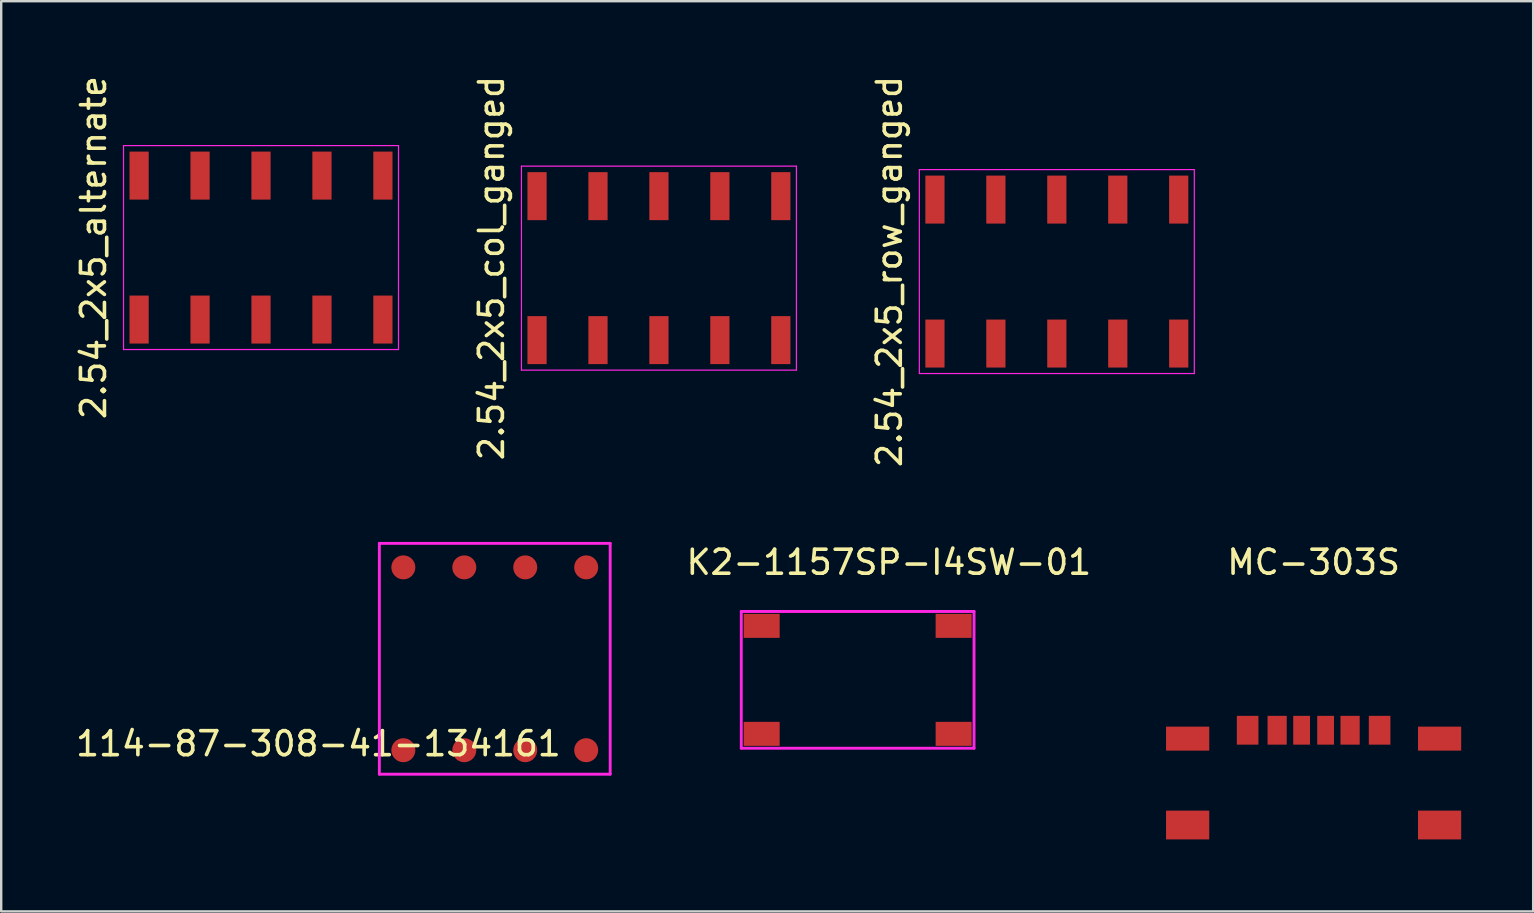
<source format=kicad_pcb>
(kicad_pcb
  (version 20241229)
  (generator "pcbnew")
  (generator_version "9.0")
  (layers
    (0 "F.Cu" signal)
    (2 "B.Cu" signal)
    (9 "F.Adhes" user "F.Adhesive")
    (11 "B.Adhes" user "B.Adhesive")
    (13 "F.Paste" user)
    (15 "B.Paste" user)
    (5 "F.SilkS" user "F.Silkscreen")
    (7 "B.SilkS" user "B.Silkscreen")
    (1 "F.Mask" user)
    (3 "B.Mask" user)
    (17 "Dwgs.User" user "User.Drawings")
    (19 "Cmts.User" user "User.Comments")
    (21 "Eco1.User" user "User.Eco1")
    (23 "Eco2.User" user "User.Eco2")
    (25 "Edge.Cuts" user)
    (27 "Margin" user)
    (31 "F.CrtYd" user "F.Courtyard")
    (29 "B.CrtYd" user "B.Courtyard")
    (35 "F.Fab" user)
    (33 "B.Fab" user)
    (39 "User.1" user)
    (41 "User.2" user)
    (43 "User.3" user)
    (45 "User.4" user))
  (footprint "K2-1157SP-I4SW-01"
    (layer "F.Cu")
    (at 32.694 25.284)
    (property "Reference" "K2-1157SP-I4SW-01" (at 1.3 -4.9 0) (layer "F.SilkS") (effects (font (size 1 1) (thickness 0.15))))
    (attr through_hole)
    (fp_line (start -4.85 -2.85) (end 4.85 -2.85) (stroke (width 0.12) (type solid)) (layer "F.CrtYd"))
    (fp_line (start -4.85 2.85) (end -4.85 -2.85) (stroke (width 0.12) (type solid)) (layer "F.CrtYd"))
    (fp_line (start 4.85 -2.85) (end 4.85 2.85) (stroke (width 0.12) (type solid)) (layer "F.CrtYd"))
    (fp_line (start 4.85 2.85) (end -4.85 2.85) (stroke (width 0.12) (type solid)) (layer "F.CrtYd"))
    (pad "1" smd rect (at 4 -2.25) (size 1.5 1) (layers "F.Cu" "F.Mask" "F.Paste"))
    (pad "1" smd rect (at 4 2.25) (size 1.5 1) (layers "F.Cu" "F.Mask" "F.Paste"))
    (pad "2" smd rect (at -4 -2.25) (size 1.5 1) (layers "F.Cu" "F.Mask" "F.Paste"))
    (pad "2" smd rect (at -4 2.25) (size 1.5 1) (layers "F.Cu" "F.Mask" "F.Paste")))
  (footprint "2.54_2x5_alternate"
    (layer "F.Cu")
    (at 7.828 7.268)
    (property "Reference" "2.54_2x5_alternate" (at -6.98 0 90) (layer "F.SilkS") (effects (font (size 1 1) (thickness 0.15))))
    (attr smd)
    (fp_line (start -5.73 -4.25) (end 5.73 -4.25) (stroke (width 0.05) (type solid)) (layer "F.CrtYd"))
    (fp_line (start -5.73 4.25) (end -5.73 -4.25) (stroke (width 0.05) (type solid)) (layer "F.CrtYd"))
    (fp_line (start 5.73 -4.25) (end 5.73 4.25) (stroke (width 0.05) (type solid)) (layer "F.CrtYd"))
    (fp_line (start 5.73 4.25) (end -5.73 4.25) (stroke (width 0.05) (type solid)) (layer "F.CrtYd"))
    (pad "1" smd rect (at -5.08 3) (size 0.8 2) (layers "F.Cu" "F.Mask" "F.Paste"))
    (pad "2" smd rect (at -5.08 -3) (size 0.8 2) (layers "F.Cu" "F.Mask" "F.Paste"))
    (pad "3" smd rect (at -2.54 3) (size 0.8 2) (layers "F.Cu" "F.Mask" "F.Paste"))
    (pad "4" smd rect (at -2.54 -3) (size 0.8 2) (layers "F.Cu" "F.Mask" "F.Paste"))
    (pad "5" smd rect (at 0 3) (size 0.8 2) (layers "F.Cu" "F.Mask" "F.Paste"))
    (pad "6" smd rect (at 0 -3) (size 0.8 2) (layers "F.Cu" "F.Mask" "F.Paste"))
    (pad "7" smd rect (at 2.54 3) (size 0.8 2) (layers "F.Cu" "F.Mask" "F.Paste"))
    (pad "8" smd rect (at 2.54 -3) (size 0.8 2) (layers "F.Cu" "F.Mask" "F.Paste"))
    (pad "9" smd rect (at 5.08 3) (size 0.8 2) (layers "F.Cu" "F.Mask" "F.Paste"))
    (pad "10" smd rect (at 5.08 -3) (size 0.8 2) (layers "F.Cu" "F.Mask" "F.Paste")))
  (footprint "2.54_2x5_row_ganged"
    (layer "F.Cu")
    (at 40.995 8.268)
    (property "Reference" "2.54_2x5_row_ganged" (at -6.98 0 90) (layer "F.SilkS") (effects (font (size 1 1) (thickness 0.15))))
    (attr smd)
    (fp_line (start -5.73 -4.25) (end 5.73 -4.25) (stroke (width 0.05) (type solid)) (layer "F.CrtYd"))
    (fp_line (start -5.73 4.25) (end -5.73 -4.25) (stroke (width 0.05) (type solid)) (layer "F.CrtYd"))
    (fp_line (start 5.73 -4.25) (end 5.73 4.25) (stroke (width 0.05) (type solid)) (layer "F.CrtYd"))
    (fp_line (start 5.73 4.25) (end -5.73 4.25) (stroke (width 0.05) (type solid)) (layer "F.CrtYd"))
    (pad "1" smd rect (at -5.08 3) (size 0.8 2) (layers "F.Cu" "F.Mask" "F.Paste"))
    (pad "1" smd rect (at -2.54 3) (size 0.8 2) (layers "F.Cu" "F.Mask" "F.Paste"))
    (pad "1" smd rect (at 0 3) (size 0.8 2) (layers "F.Cu" "F.Mask" "F.Paste"))
    (pad "1" smd rect (at 2.54 3) (size 0.8 2) (layers "F.Cu" "F.Mask" "F.Paste"))
    (pad "1" smd rect (at 5.08 3) (size 0.8 2) (layers "F.Cu" "F.Mask" "F.Paste"))
    (pad "2" smd rect (at -5.08 -3) (size 0.8 2) (layers "F.Cu" "F.Mask" "F.Paste"))
    (pad "2" smd rect (at -2.54 -3) (size 0.8 2) (layers "F.Cu" "F.Mask" "F.Paste"))
    (pad "2" smd rect (at 0 -3) (size 0.8 2) (layers "F.Cu" "F.Mask" "F.Paste"))
    (pad "2" smd rect (at 2.54 -3) (size 0.8 2) (layers "F.Cu" "F.Mask" "F.Paste"))
    (pad "2" smd rect (at 5.08 -3) (size 0.8 2) (layers "F.Cu" "F.Mask" "F.Paste")))
  (footprint "114-87-308-41-134161"
    (layer "F.Cu")
    (at 13.76 28.216)
    (property "Reference" "114-87-308-41-134161" (at -3.54 -0.27 0) (layer "F.SilkS") (effects (font (size 1 1) (thickness 0.15))))
    (attr through_hole)
    (fp_line (start -1 -8.62) (end 8.62 -8.62) (stroke (width 0.12) (type solid)) (layer "F.CrtYd"))
    (fp_line (start -1 1) (end -1 -8.62) (stroke (width 0.12) (type solid)) (layer "F.CrtYd"))
    (fp_line (start 8.62 -8.62) (end 8.62 1) (stroke (width 0.12) (type solid)) (layer "F.CrtYd"))
    (fp_line (start 8.62 1) (end -1 1) (stroke (width 0.12) (type solid)) (layer "F.CrtYd"))
    (pad "1" smd circle (at 0 0) (size 1 1) (layers "F.Cu" "F.Mask" "F.Paste"))
    (pad "2" smd circle (at 2.54 0) (size 1 1) (layers "F.Cu" "F.Mask" "F.Paste"))
    (pad "3" smd circle (at 5.08 0) (size 1 1) (layers "F.Cu" "F.Mask" "F.Paste"))
    (pad "4" smd circle (at 7.62 0) (size 1 1) (layers "F.Cu" "F.Mask" "F.Paste"))
    (pad "5" smd circle (at 7.62 -7.62) (size 1 1) (layers "F.Cu" "F.Mask" "F.Paste"))
    (pad "6" smd circle (at 5.08 -7.62) (size 1 1) (layers "F.Cu" "F.Mask" "F.Paste"))
    (pad "7" smd circle (at 2.54 -7.62) (size 1 1) (layers "F.Cu" "F.Mask" "F.Paste"))
    (pad "8" smd circle (at 0 -7.62) (size 1 1) (layers "F.Cu" "F.Mask" "F.Paste")))
  (footprint "2.54_2x5_col_ganged"
    (layer "F.Cu")
    (at 24.412 8.125)
    (property "Reference" "2.54_2x5_col_ganged" (at -6.98 0 90) (layer "F.SilkS") (effects (font (size 1 1) (thickness 0.15))))
    (attr smd)
    (fp_line (start -5.73 -4.25) (end 5.73 -4.25) (stroke (width 0.05) (type solid)) (layer "F.CrtYd"))
    (fp_line (start -5.73 4.25) (end -5.73 -4.25) (stroke (width 0.05) (type solid)) (layer "F.CrtYd"))
    (fp_line (start 5.73 -4.25) (end 5.73 4.25) (stroke (width 0.05) (type solid)) (layer "F.CrtYd"))
    (fp_line (start 5.73 4.25) (end -5.73 4.25) (stroke (width 0.05) (type solid)) (layer "F.CrtYd"))
    (pad "1" smd rect (at -5.08 -3) (size 0.8 2) (layers "F.Cu" "F.Mask" "F.Paste"))
    (pad "1" smd rect (at -5.08 3) (size 0.8 2) (layers "F.Cu" "F.Mask" "F.Paste"))
    (pad "2" smd rect (at -2.54 -3) (size 0.8 2) (layers "F.Cu" "F.Mask" "F.Paste"))
    (pad "2" smd rect (at -2.54 3) (size 0.8 2) (layers "F.Cu" "F.Mask" "F.Paste"))
    (pad "3" smd rect (at 0 -3) (size 0.8 2) (layers "F.Cu" "F.Mask" "F.Paste"))
    (pad "3" smd rect (at 0 3) (size 0.8 2) (layers "F.Cu" "F.Mask" "F.Paste"))
    (pad "4" smd rect (at 2.54 -3) (size 0.8 2) (layers "F.Cu" "F.Mask" "F.Paste"))
    (pad "4" smd rect (at 2.54 3) (size 0.8 2) (layers "F.Cu" "F.Mask" "F.Paste"))
    (pad "5" smd rect (at 5.08 -3) (size 0.8 2) (layers "F.Cu" "F.Mask" "F.Paste"))
    (pad "5" smd rect (at 5.08 3) (size 0.8 2) (layers "F.Cu" "F.Mask" "F.Paste")))
  (footprint "MC-303S"
    (layer "F.Cu")
    (at 51.697 27.384)
    (property "Reference" "MC-303S" (at 0 -7 0) (layer "F.SilkS") (effects (font (size 1 1) (thickness 0.15))))
    (attr through_hole)
    (pad "A1" smd rect (at 2.75 0) (size 0.9 1.2) (layers "F.Cu" "F.Mask" "F.Paste"))
    (pad "A5" smd rect (at 0.5 0) (size 0.7 1.2) (layers "F.Cu" "F.Mask" "F.Paste"))
    (pad "A9" smd rect (at 1.52 0) (size 0.8 1.2) (layers "F.Cu" "F.Mask" "F.Paste"))
    (pad "B1" smd rect (at -2.75 0) (size 0.9 1.2) (layers "F.Cu" "F.Mask" "F.Paste"))
    (pad "B5" smd rect (at -0.5 0) (size 0.7 1.2) (layers "F.Cu" "F.Mask" "F.Paste"))
    (pad "B9" smd rect (at -1.52 0) (size 0.8 1.2) (layers "F.Cu" "F.Mask" "F.Paste"))
    (pad "S1" smd rect (at -5.25 0.35) (size 1.8 1) (layers "F.Cu" "F.Mask" "F.Paste"))
    (pad "S1" smd rect (at -5.25 3.95) (size 1.8 1.2) (layers "F.Cu" "F.Mask" "F.Paste"))
    (pad "S1" smd rect (at 5.25 0.35) (size 1.8 1) (layers "F.Cu" "F.Mask" "F.Paste"))
    (pad "S1" smd rect (at 5.25 3.95) (size 1.8 1.2) (layers "F.Cu" "F.Mask" "F.Paste")))
  (gr_rect
    (start -3 -3)
    (end 60.847 34.934)
    (stroke (width 0.1) (type default))
    (fill no)
    (layer "Edge.Cuts")))
</source>
